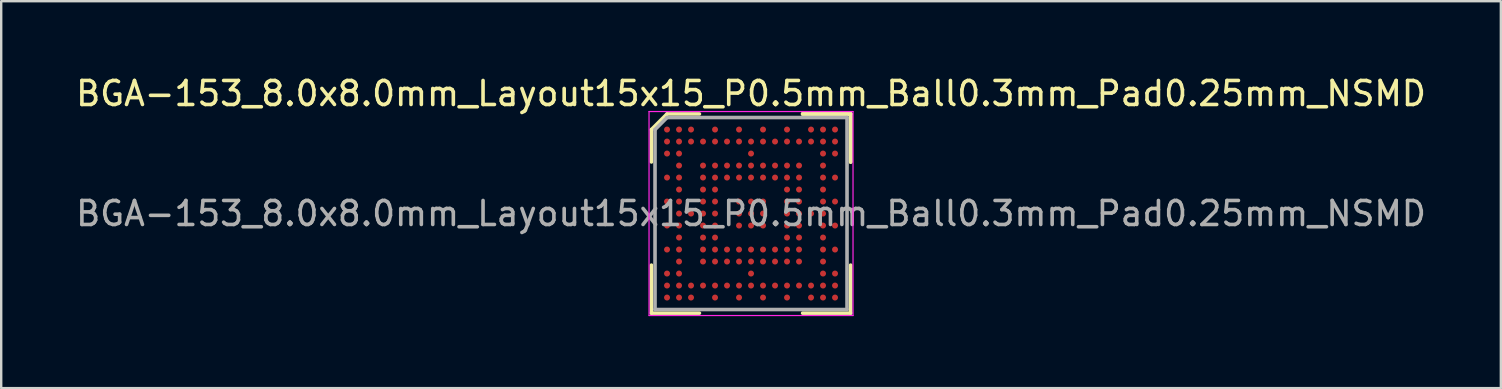
<source format=kicad_pcb>
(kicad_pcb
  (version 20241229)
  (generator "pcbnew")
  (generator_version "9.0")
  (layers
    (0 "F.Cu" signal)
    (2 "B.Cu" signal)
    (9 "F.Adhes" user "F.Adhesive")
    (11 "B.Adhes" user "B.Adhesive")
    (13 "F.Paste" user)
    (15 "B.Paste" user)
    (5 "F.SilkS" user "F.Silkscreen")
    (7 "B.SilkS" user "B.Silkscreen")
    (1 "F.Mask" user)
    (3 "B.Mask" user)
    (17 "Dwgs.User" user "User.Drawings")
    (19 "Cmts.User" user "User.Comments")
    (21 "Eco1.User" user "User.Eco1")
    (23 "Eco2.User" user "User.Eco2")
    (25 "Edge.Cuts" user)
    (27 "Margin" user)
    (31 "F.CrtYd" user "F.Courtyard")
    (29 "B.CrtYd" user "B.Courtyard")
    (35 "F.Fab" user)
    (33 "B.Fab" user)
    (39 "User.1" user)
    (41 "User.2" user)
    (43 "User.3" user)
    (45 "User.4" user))
  (footprint "BGA-153_8.0x8.0mm_Layout15x15_P0.5mm_Ball0.3mm_Pad0.25mm_NSMD"
    (layer "F.Cu")
    (at 28.244 5.848)
    (property "Reference" "BGA-153_8.0x8.0mm_Layout15x15_P0.5mm_Ball0.3mm_Pad0.25mm_NSMD" (at 0 -5 0) (layer "F.SilkS") (effects (font (size 1 1) (thickness 0.15))))
    (attr smd)
    (fp_line (start -4.15 -3.5) (end -4.15 -2.15) (stroke (width 0.15) (type solid)) (layer "F.SilkS"))
    (fp_line (start -4.15 4.15) (end -4.15 2.15) (stroke (width 0.15) (type solid)) (layer "F.SilkS"))
    (fp_line (start -3.5 -4.15) (end -4.15 -3.5) (stroke (width 0.15) (type solid)) (layer "F.SilkS"))
    (fp_line (start -2.15 -4.15) (end -3.5 -4.15) (stroke (width 0.15) (type solid)) (layer "F.SilkS"))
    (fp_line (start -2.15 4.15) (end -4.15 4.15) (stroke (width 0.15) (type solid)) (layer "F.SilkS"))
    (fp_line (start 2.15 -4.15) (end 4.15 -4.15) (stroke (width 0.15) (type solid)) (layer "F.SilkS"))
    (fp_line (start 2.15 -4.15) (end 4.15 -4.15) (stroke (width 0.15) (type solid)) (layer "F.SilkS"))
    (fp_line (start 2.15 -4.15) (end 4.15 -4.15) (stroke (width 0.15) (type solid)) (layer "F.SilkS"))
    (fp_line (start 2.15 4.15) (end 4.15 4.15) (stroke (width 0.15) (type solid)) (layer "F.SilkS"))
    (fp_line (start 4.15 -4.15) (end 4.15 -2.15) (stroke (width 0.15) (type solid)) (layer "F.SilkS"))
    (fp_line (start 4.15 -4.15) (end 4.15 -2.15) (stroke (width 0.15) (type solid)) (layer "F.SilkS"))
    (fp_line (start 4.15 -4.15) (end 4.15 -2.15) (stroke (width 0.15) (type solid)) (layer "F.SilkS"))
    (fp_line (start 4.15 4.15) (end 4.15 2.15) (stroke (width 0.15) (type solid)) (layer "F.SilkS"))
    (fp_line (start -4.25 -4.25) (end 4.25 -4.25) (stroke (width 0.05) (type solid)) (layer "F.CrtYd"))
    (fp_line (start -4.25 4.25) (end -4.25 -4.25) (stroke (width 0.05) (type solid)) (layer "F.CrtYd"))
    (fp_line (start 4.25 -4.25) (end 4.25 4.25) (stroke (width 0.05) (type solid)) (layer "F.CrtYd"))
    (fp_line (start 4.25 4.25) (end -4.25 4.25) (stroke (width 0.05) (type solid)) (layer "F.CrtYd"))
    (fp_line (start -4 -3.5) (end -4 4) (stroke (width 0.15) (type solid)) (layer "F.Fab"))
    (fp_line (start -4 4) (end 4 4) (stroke (width 0.15) (type solid)) (layer "F.Fab"))
    (fp_line (start -3.5 -4) (end -4 -3.5) (stroke (width 0.15) (type solid)) (layer "F.Fab"))
    (fp_line (start 4 -4) (end -3.5 -4) (stroke (width 0.15) (type solid)) (layer "F.Fab"))
    (fp_line (start 4 4) (end 4 -4) (stroke (width 0.15) (type solid)) (layer "F.Fab"))
    (fp_text user "${REFERENCE}" (at 0 0 0) (layer "F.Fab") (effects (font (size 1 1) (thickness 0.15))))
    (pad "A1" smd circle (at -3.5 -3.5) (size 0.25 0.25) (layers "F.Cu" "F.Mask" "F.Paste"))
    (pad "A2" smd circle (at -3 -3.5) (size 0.25 0.25) (layers "F.Cu" "F.Mask" "F.Paste"))
    (pad "A3" smd circle (at -2.5 -3.5) (size 0.25 0.25) (layers "F.Cu" "F.Mask" "F.Paste"))
    (pad "A5" smd circle (at -1.5 -3.5) (size 0.25 0.25) (layers "F.Cu" "F.Mask" "F.Paste"))
    (pad "A7" smd circle (at -0.5 -3.5) (size 0.25 0.25) (layers "F.Cu" "F.Mask" "F.Paste"))
    (pad "A9" smd circle (at 0.5 -3.5) (size 0.25 0.25) (layers "F.Cu" "F.Mask" "F.Paste"))
    (pad "A11" smd circle (at 1.5 -3.5) (size 0.25 0.25) (layers "F.Cu" "F.Mask" "F.Paste"))
    (pad "A13" smd circle (at 2.5 -3.5) (size 0.25 0.25) (layers "F.Cu" "F.Mask" "F.Paste"))
    (pad "A14" smd circle (at 3 -3.5) (size 0.25 0.25) (layers "F.Cu" "F.Mask" "F.Paste"))
    (pad "A15" smd circle (at 3.5 -3.5) (size 0.25 0.25) (layers "F.Cu" "F.Mask" "F.Paste"))
    (pad "B1" smd circle (at -3.5 -3) (size 0.25 0.25) (layers "F.Cu" "F.Mask" "F.Paste"))
    (pad "B2" smd circle (at -3 -3) (size 0.25 0.25) (layers "F.Cu" "F.Mask" "F.Paste"))
    (pad "B3" smd circle (at -2.5 -3) (size 0.25 0.25) (layers "F.Cu" "F.Mask" "F.Paste"))
    (pad "B4" smd circle (at -2 -3) (size 0.25 0.25) (layers "F.Cu" "F.Mask" "F.Paste"))
    (pad "B5" smd circle (at -1.5 -3) (size 0.25 0.25) (layers "F.Cu" "F.Mask" "F.Paste"))
    (pad "B6" smd circle (at -1 -3) (size 0.25 0.25) (layers "F.Cu" "F.Mask" "F.Paste"))
    (pad "B7" smd circle (at -0.5 -3) (size 0.25 0.25) (layers "F.Cu" "F.Mask" "F.Paste"))
    (pad "B8" smd circle (at 0 -3) (size 0.25 0.25) (layers "F.Cu" "F.Mask" "F.Paste"))
    (pad "B9" smd circle (at 0.5 -3) (size 0.25 0.25) (layers "F.Cu" "F.Mask" "F.Paste"))
    (pad "B10" smd circle (at 1 -3) (size 0.25 0.25) (layers "F.Cu" "F.Mask" "F.Paste"))
    (pad "B11" smd circle (at 1.5 -3) (size 0.25 0.25) (layers "F.Cu" "F.Mask" "F.Paste"))
    (pad "B12" smd circle (at 2 -3) (size 0.25 0.25) (layers "F.Cu" "F.Mask" "F.Paste"))
    (pad "B13" smd circle (at 2.5 -3) (size 0.25 0.25) (layers "F.Cu" "F.Mask" "F.Paste"))
    (pad "B14" smd circle (at 3 -3) (size 0.25 0.25) (layers "F.Cu" "F.Mask" "F.Paste"))
    (pad "B15" smd circle (at 3.5 -3) (size 0.25 0.25) (layers "F.Cu" "F.Mask" "F.Paste"))
    (pad "C1" smd circle (at -3.5 -2.5) (size 0.25 0.25) (layers "F.Cu" "F.Mask" "F.Paste"))
    (pad "C2" smd circle (at -3 -2.5) (size 0.25 0.25) (layers "F.Cu" "F.Mask" "F.Paste"))
    (pad "C8" smd circle (at 0 -2.5) (size 0.25 0.25) (layers "F.Cu" "F.Mask" "F.Paste"))
    (pad "C14" smd circle (at 3 -2.5) (size 0.25 0.25) (layers "F.Cu" "F.Mask" "F.Paste"))
    (pad "C15" smd circle (at 3.5 -2.5) (size 0.25 0.25) (layers "F.Cu" "F.Mask" "F.Paste"))
    (pad "D2" smd circle (at -3 -2) (size 0.25 0.25) (layers "F.Cu" "F.Mask" "F.Paste"))
    (pad "D4" smd circle (at -2 -2) (size 0.25 0.25) (layers "F.Cu" "F.Mask" "F.Paste"))
    (pad "D5" smd circle (at -1.5 -2) (size 0.25 0.25) (layers "F.Cu" "F.Mask" "F.Paste"))
    (pad "D6" smd circle (at -1 -2) (size 0.25 0.25) (layers "F.Cu" "F.Mask" "F.Paste"))
    (pad "D7" smd circle (at -0.5 -2) (size 0.25 0.25) (layers "F.Cu" "F.Mask" "F.Paste"))
    (pad "D8" smd circle (at 0 -2) (size 0.25 0.25) (layers "F.Cu" "F.Mask" "F.Paste"))
    (pad "D9" smd circle (at 0.5 -2) (size 0.25 0.25) (layers "F.Cu" "F.Mask" "F.Paste"))
    (pad "D10" smd circle (at 1 -2) (size 0.25 0.25) (layers "F.Cu" "F.Mask" "F.Paste"))
    (pad "D11" smd circle (at 1.5 -2) (size 0.25 0.25) (layers "F.Cu" "F.Mask" "F.Paste"))
    (pad "D12" smd circle (at 2 -2) (size 0.25 0.25) (layers "F.Cu" "F.Mask" "F.Paste"))
    (pad "D14" smd circle (at 3 -2) (size 0.25 0.25) (layers "F.Cu" "F.Mask" "F.Paste"))
    (pad "E1" smd circle (at -3.5 -1.5) (size 0.25 0.25) (layers "F.Cu" "F.Mask" "F.Paste"))
    (pad "E2" smd circle (at -3 -1.5) (size 0.25 0.25) (layers "F.Cu" "F.Mask" "F.Paste"))
    (pad "E4" smd circle (at -2 -1.5) (size 0.25 0.25) (layers "F.Cu" "F.Mask" "F.Paste"))
    (pad "E5" smd circle (at -1.5 -1.5) (size 0.25 0.25) (layers "F.Cu" "F.Mask" "F.Paste"))
    (pad "E6" smd circle (at -1 -1.5) (size 0.25 0.25) (layers "F.Cu" "F.Mask" "F.Paste"))
    (pad "E7" smd circle (at -0.5 -1.5) (size 0.25 0.25) (layers "F.Cu" "F.Mask" "F.Paste"))
    (pad "E8" smd circle (at 0 -1.5) (size 0.25 0.25) (layers "F.Cu" "F.Mask" "F.Paste"))
    (pad "E9" smd circle (at 0.5 -1.5) (size 0.25 0.25) (layers "F.Cu" "F.Mask" "F.Paste"))
    (pad "E10" smd circle (at 1 -1.5) (size 0.25 0.25) (layers "F.Cu" "F.Mask" "F.Paste"))
    (pad "E11" smd circle (at 1.5 -1.5) (size 0.25 0.25) (layers "F.Cu" "F.Mask" "F.Paste"))
    (pad "E12" smd circle (at 2 -1.5) (size 0.25 0.25) (layers "F.Cu" "F.Mask" "F.Paste"))
    (pad "E14" smd circle (at 3 -1.5) (size 0.25 0.25) (layers "F.Cu" "F.Mask" "F.Paste"))
    (pad "E15" smd circle (at 3.5 -1.5) (size 0.25 0.25) (layers "F.Cu" "F.Mask" "F.Paste"))
    (pad "F2" smd circle (at -3 -1) (size 0.25 0.25) (layers "F.Cu" "F.Mask" "F.Paste"))
    (pad "F4" smd circle (at -2 -1) (size 0.25 0.25) (layers "F.Cu" "F.Mask" "F.Paste"))
    (pad "F5" smd circle (at -1.5 -1) (size 0.25 0.25) (layers "F.Cu" "F.Mask" "F.Paste"))
    (pad "F11" smd circle (at 1.5 -1) (size 0.25 0.25) (layers "F.Cu" "F.Mask" "F.Paste"))
    (pad "F12" smd circle (at 2 -1) (size 0.25 0.25) (layers "F.Cu" "F.Mask" "F.Paste"))
    (pad "F14" smd circle (at 3 -1) (size 0.25 0.25) (layers "F.Cu" "F.Mask" "F.Paste"))
    (pad "G1" smd circle (at -3.5 -0.5) (size 0.25 0.25) (layers "F.Cu" "F.Mask" "F.Paste"))
    (pad "G2" smd circle (at -3 -0.5) (size 0.25 0.25) (layers "F.Cu" "F.Mask" "F.Paste"))
    (pad "G4" smd circle (at -2 -0.5) (size 0.25 0.25) (layers "F.Cu" "F.Mask" "F.Paste"))
    (pad "G5" smd circle (at -1.5 -0.5) (size 0.25 0.25) (layers "F.Cu" "F.Mask" "F.Paste"))
    (pad "G7" smd circle (at -0.5 -0.5) (size 0.25 0.25) (layers "F.Cu" "F.Mask" "F.Paste"))
    (pad "G8" smd circle (at 0 -0.5) (size 0.25 0.25) (layers "F.Cu" "F.Mask" "F.Paste"))
    (pad "G9" smd circle (at 0.5 -0.5) (size 0.25 0.25) (layers "F.Cu" "F.Mask" "F.Paste"))
    (pad "G11" smd circle (at 1.5 -0.5) (size 0.25 0.25) (layers "F.Cu" "F.Mask" "F.Paste"))
    (pad "G12" smd circle (at 2 -0.5) (size 0.25 0.25) (layers "F.Cu" "F.Mask" "F.Paste"))
    (pad "G14" smd circle (at 3 -0.5) (size 0.25 0.25) (layers "F.Cu" "F.Mask" "F.Paste"))
    (pad "G15" smd circle (at 3.5 -0.5) (size 0.25 0.25) (layers "F.Cu" "F.Mask" "F.Paste"))
    (pad "H2" smd circle (at -3 0) (size 0.25 0.25) (layers "F.Cu" "F.Mask" "F.Paste"))
    (pad "H3" smd circle (at -2.5 0) (size 0.25 0.25) (layers "F.Cu" "F.Mask" "F.Paste"))
    (pad "H4" smd circle (at -2 0) (size 0.25 0.25) (layers "F.Cu" "F.Mask" "F.Paste"))
    (pad "H5" smd circle (at -1.5 0) (size 0.25 0.25) (layers "F.Cu" "F.Mask" "F.Paste"))
    (pad "H7" smd circle (at -0.5 0) (size 0.25 0.25) (layers "F.Cu" "F.Mask" "F.Paste"))
    (pad "H8" smd circle (at 0 0) (size 0.25 0.25) (layers "F.Cu" "F.Mask" "F.Paste"))
    (pad "H9" smd circle (at 0.5 0) (size 0.25 0.25) (layers "F.Cu" "F.Mask" "F.Paste"))
    (pad "H11" smd circle (at 1.5 0) (size 0.25 0.25) (layers "F.Cu" "F.Mask" "F.Paste"))
    (pad "H12" smd circle (at 2 0) (size 0.25 0.25) (layers "F.Cu" "F.Mask" "F.Paste"))
    (pad "H13" smd circle (at 2.5 0) (size 0.25 0.25) (layers "F.Cu" "F.Mask" "F.Paste"))
    (pad "H14" smd circle (at 3 0) (size 0.25 0.25) (layers "F.Cu" "F.Mask" "F.Paste"))
    (pad "J1" smd circle (at -3.5 0.5) (size 0.25 0.25) (layers "F.Cu" "F.Mask" "F.Paste"))
    (pad "J2" smd circle (at -3 0.5) (size 0.25 0.25) (layers "F.Cu" "F.Mask" "F.Paste"))
    (pad "J4" smd circle (at -2 0.5) (size 0.25 0.25) (layers "F.Cu" "F.Mask" "F.Paste"))
    (pad "J5" smd circle (at -1.5 0.5) (size 0.25 0.25) (layers "F.Cu" "F.Mask" "F.Paste"))
    (pad "J7" smd circle (at -0.5 0.5) (size 0.25 0.25) (layers "F.Cu" "F.Mask" "F.Paste"))
    (pad "J8" smd circle (at 0 0.5) (size 0.25 0.25) (layers "F.Cu" "F.Mask" "F.Paste"))
    (pad "J9" smd circle (at 0.5 0.5) (size 0.25 0.25) (layers "F.Cu" "F.Mask" "F.Paste"))
    (pad "J11" smd circle (at 1.5 0.5) (size 0.25 0.25) (layers "F.Cu" "F.Mask" "F.Paste"))
    (pad "J12" smd circle (at 2 0.5) (size 0.25 0.25) (layers "F.Cu" "F.Mask" "F.Paste"))
    (pad "J14" smd circle (at 3 0.5) (size 0.25 0.25) (layers "F.Cu" "F.Mask" "F.Paste"))
    (pad "J15" smd circle (at 3.5 0.5) (size 0.25 0.25) (layers "F.Cu" "F.Mask" "F.Paste"))
    (pad "K2" smd circle (at -3 1) (size 0.25 0.25) (layers "F.Cu" "F.Mask" "F.Paste"))
    (pad "K4" smd circle (at -2 1) (size 0.25 0.25) (layers "F.Cu" "F.Mask" "F.Paste"))
    (pad "K5" smd circle (at -1.5 1) (size 0.25 0.25) (layers "F.Cu" "F.Mask" "F.Paste"))
    (pad "K11" smd circle (at 1.5 1) (size 0.25 0.25) (layers "F.Cu" "F.Mask" "F.Paste"))
    (pad "K12" smd circle (at 2 1) (size 0.25 0.25) (layers "F.Cu" "F.Mask" "F.Paste"))
    (pad "K14" smd circle (at 3 1) (size 0.25 0.25) (layers "F.Cu" "F.Mask" "F.Paste"))
    (pad "L1" smd circle (at -3.5 1.5) (size 0.25 0.25) (layers "F.Cu" "F.Mask" "F.Paste"))
    (pad "L2" smd circle (at -3 1.5) (size 0.25 0.25) (layers "F.Cu" "F.Mask" "F.Paste"))
    (pad "L4" smd circle (at -2 1.5) (size 0.25 0.25) (layers "F.Cu" "F.Mask" "F.Paste"))
    (pad "L5" smd circle (at -1.5 1.5) (size 0.25 0.25) (layers "F.Cu" "F.Mask" "F.Paste"))
    (pad "L6" smd circle (at -1 1.5) (size 0.25 0.25) (layers "F.Cu" "F.Mask" "F.Paste"))
    (pad "L7" smd circle (at -0.5 1.5) (size 0.25 0.25) (layers "F.Cu" "F.Mask" "F.Paste"))
    (pad "L8" smd circle (at 0 1.5) (size 0.25 0.25) (layers "F.Cu" "F.Mask" "F.Paste"))
    (pad "L9" smd circle (at 0.5 1.5) (size 0.25 0.25) (layers "F.Cu" "F.Mask" "F.Paste"))
    (pad "L10" smd circle (at 1 1.5) (size 0.25 0.25) (layers "F.Cu" "F.Mask" "F.Paste"))
    (pad "L11" smd circle (at 1.5 1.5) (size 0.25 0.25) (layers "F.Cu" "F.Mask" "F.Paste"))
    (pad "L12" smd circle (at 2 1.5) (size 0.25 0.25) (layers "F.Cu" "F.Mask" "F.Paste"))
    (pad "L14" smd circle (at 3 1.5) (size 0.25 0.25) (layers "F.Cu" "F.Mask" "F.Paste"))
    (pad "L15" smd circle (at 3.5 1.5) (size 0.25 0.25) (layers "F.Cu" "F.Mask" "F.Paste"))
    (pad "M2" smd circle (at -3 2) (size 0.25 0.25) (layers "F.Cu" "F.Mask" "F.Paste"))
    (pad "M4" smd circle (at -2 2) (size 0.25 0.25) (layers "F.Cu" "F.Mask" "F.Paste"))
    (pad "M5" smd circle (at -1.5 2) (size 0.25 0.25) (layers "F.Cu" "F.Mask" "F.Paste"))
    (pad "M6" smd circle (at -1 2) (size 0.25 0.25) (layers "F.Cu" "F.Mask" "F.Paste"))
    (pad "M7" smd circle (at -0.5 2) (size 0.25 0.25) (layers "F.Cu" "F.Mask" "F.Paste"))
    (pad "M8" smd circle (at 0 2) (size 0.25 0.25) (layers "F.Cu" "F.Mask" "F.Paste"))
    (pad "M9" smd circle (at 0.5 2) (size 0.25 0.25) (layers "F.Cu" "F.Mask" "F.Paste"))
    (pad "M10" smd circle (at 1 2) (size 0.25 0.25) (layers "F.Cu" "F.Mask" "F.Paste"))
    (pad "M11" smd circle (at 1.5 2) (size 0.25 0.25) (layers "F.Cu" "F.Mask" "F.Paste"))
    (pad "M12" smd circle (at 2 2) (size 0.25 0.25) (layers "F.Cu" "F.Mask" "F.Paste"))
    (pad "M14" smd circle (at 3 2) (size 0.25 0.25) (layers "F.Cu" "F.Mask" "F.Paste"))
    (pad "N1" smd circle (at -3.5 2.5) (size 0.25 0.25) (layers "F.Cu" "F.Mask" "F.Paste"))
    (pad "N2" smd circle (at -3 2.5) (size 0.25 0.25) (layers "F.Cu" "F.Mask" "F.Paste"))
    (pad "N8" smd circle (at 0 2.5) (size 0.25 0.25) (layers "F.Cu" "F.Mask" "F.Paste"))
    (pad "N14" smd circle (at 3 2.5) (size 0.25 0.25) (layers "F.Cu" "F.Mask" "F.Paste"))
    (pad "N15" smd circle (at 3.5 2.5) (size 0.25 0.25) (layers "F.Cu" "F.Mask" "F.Paste"))
    (pad "P1" smd circle (at -3.5 3) (size 0.25 0.25) (layers "F.Cu" "F.Mask" "F.Paste"))
    (pad "P2" smd circle (at -3 3) (size 0.25 0.25) (layers "F.Cu" "F.Mask" "F.Paste"))
    (pad "P3" smd circle (at -2.5 3) (size 0.25 0.25) (layers "F.Cu" "F.Mask" "F.Paste"))
    (pad "P4" smd circle (at -2 3) (size 0.25 0.25) (layers "F.Cu" "F.Mask" "F.Paste"))
    (pad "P5" smd circle (at -1.5 3) (size 0.25 0.25) (layers "F.Cu" "F.Mask" "F.Paste"))
    (pad "P6" smd circle (at -1 3) (size 0.25 0.25) (layers "F.Cu" "F.Mask" "F.Paste"))
    (pad "P7" smd circle (at -0.5 3) (size 0.25 0.25) (layers "F.Cu" "F.Mask" "F.Paste"))
    (pad "P8" smd circle (at 0 3) (size 0.25 0.25) (layers "F.Cu" "F.Mask" "F.Paste"))
    (pad "P9" smd circle (at 0.5 3) (size 0.25 0.25) (layers "F.Cu" "F.Mask" "F.Paste"))
    (pad "P10" smd circle (at 1 3) (size 0.25 0.25) (layers "F.Cu" "F.Mask" "F.Paste"))
    (pad "P11" smd circle (at 1.5 3) (size 0.25 0.25) (layers "F.Cu" "F.Mask" "F.Paste"))
    (pad "P12" smd circle (at 2 3) (size 0.25 0.25) (layers "F.Cu" "F.Mask" "F.Paste"))
    (pad "P13" smd circle (at 2.5 3) (size 0.25 0.25) (layers "F.Cu" "F.Mask" "F.Paste"))
    (pad "P14" smd circle (at 3 3) (size 0.25 0.25) (layers "F.Cu" "F.Mask" "F.Paste"))
    (pad "P15" smd circle (at 3.5 3) (size 0.25 0.25) (layers "F.Cu" "F.Mask" "F.Paste"))
    (pad "R1" smd circle (at -3.5 3.5) (size 0.25 0.25) (layers "F.Cu" "F.Mask" "F.Paste"))
    (pad "R2" smd circle (at -3 3.5) (size 0.25 0.25) (layers "F.Cu" "F.Mask" "F.Paste"))
    (pad "R3" smd circle (at -2.5 3.5) (size 0.25 0.25) (layers "F.Cu" "F.Mask" "F.Paste"))
    (pad "R5" smd circle (at -1.5 3.5) (size 0.25 0.25) (layers "F.Cu" "F.Mask" "F.Paste"))
    (pad "R7" smd circle (at -0.5 3.5) (size 0.25 0.25) (layers "F.Cu" "F.Mask" "F.Paste"))
    (pad "R9" smd circle (at 0.5 3.5) (size 0.25 0.25) (layers "F.Cu" "F.Mask" "F.Paste"))
    (pad "R11" smd circle (at 1.5 3.5) (size 0.25 0.25) (layers "F.Cu" "F.Mask" "F.Paste"))
    (pad "R13" smd circle (at 2.5 3.5) (size 0.25 0.25) (layers "F.Cu" "F.Mask" "F.Paste"))
    (pad "R14" smd circle (at 3 3.5) (size 0.25 0.25) (layers "F.Cu" "F.Mask" "F.Paste"))
    (pad "R15" smd circle (at 3.5 3.5) (size 0.25 0.25) (layers "F.Cu" "F.Mask" "F.Paste")))
  (gr_rect
    (start -3 -3)
    (end 59.488 13.123)
    (stroke (width 0.1) (type default))
    (fill no)
    (layer "Edge.Cuts")))
</source>
